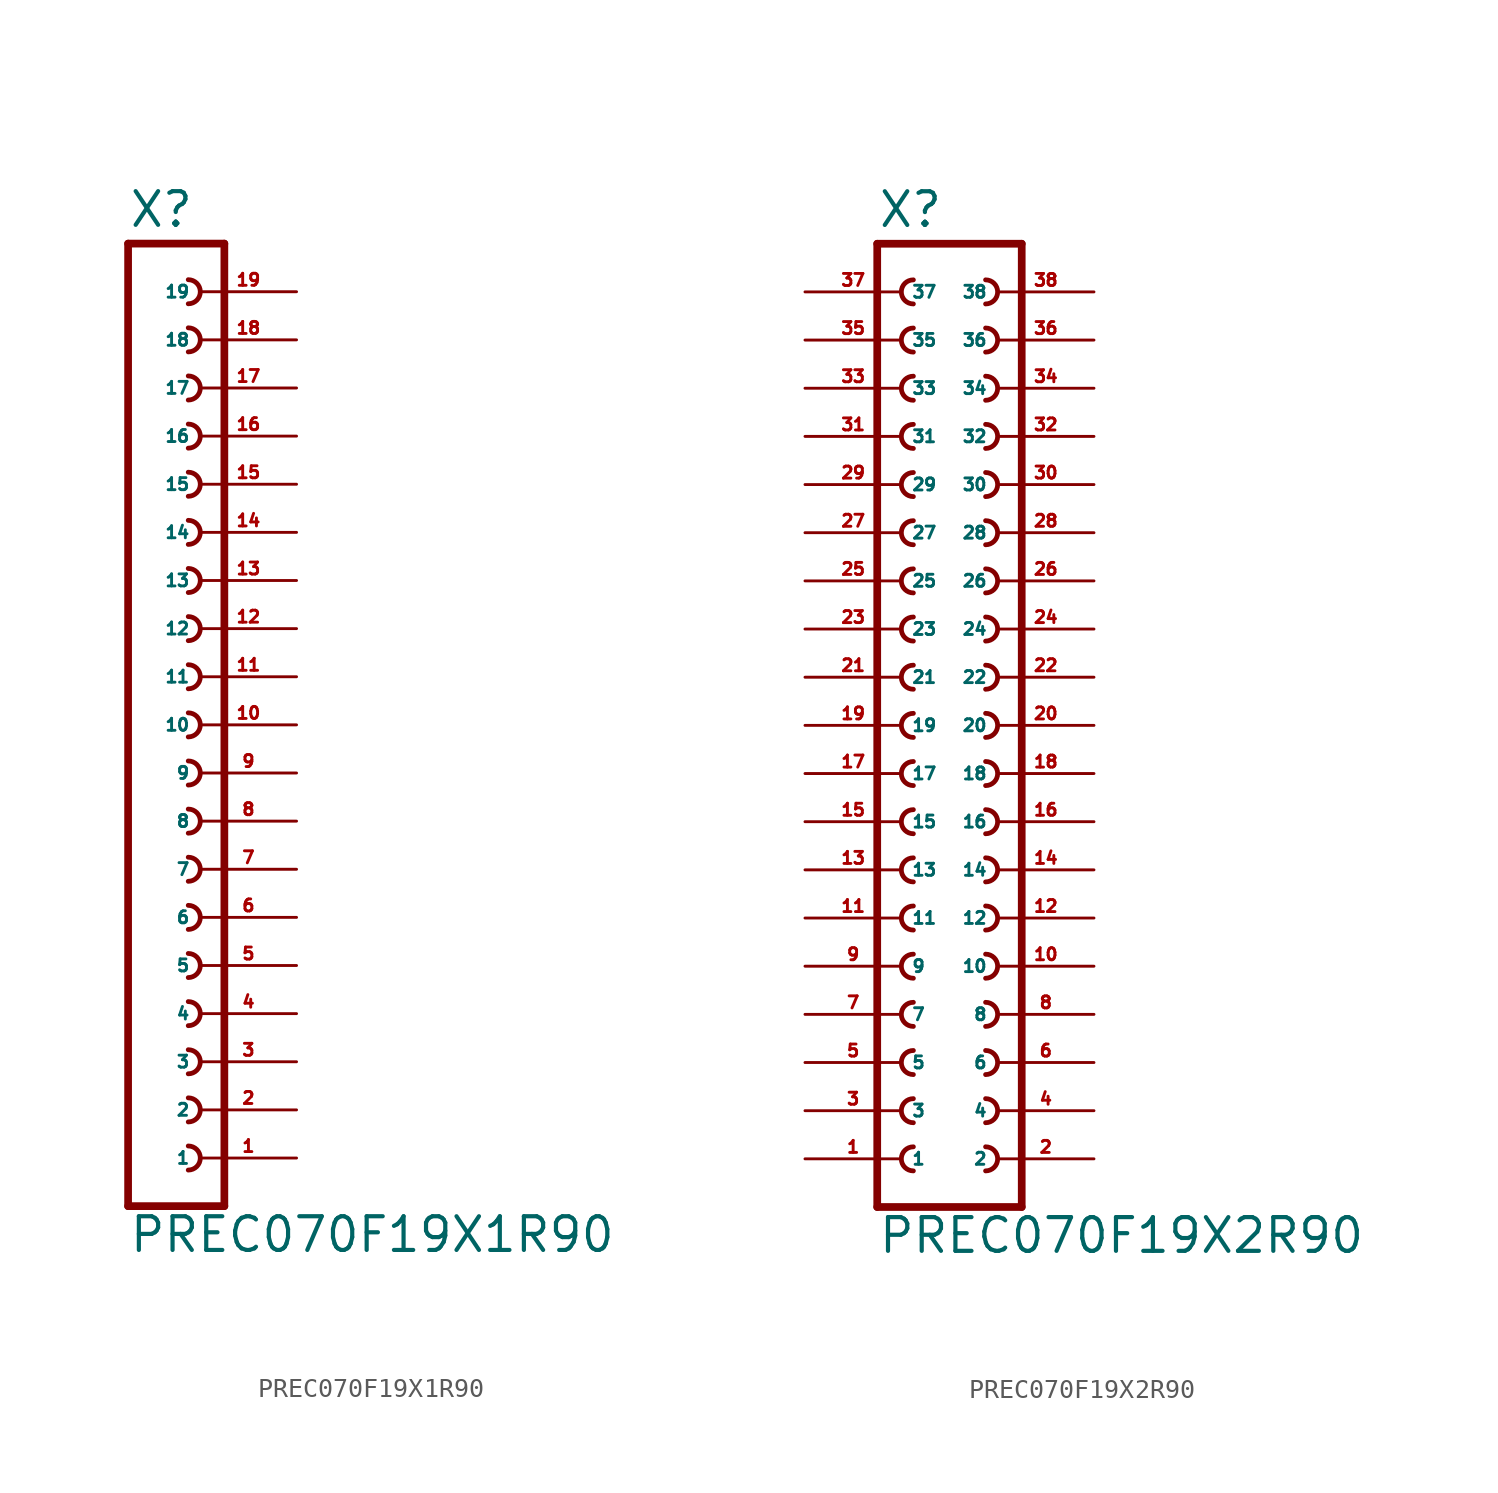
<source format=kicad_sym>
(kicad_symbol_lib
  (version 20220914)
  (generator Eagle2Kicad)
  (symbol "PREC070F19X1R90"
    (property "Reference" "X"
      (at -1.27 26.162 0)
      (effects (font (size 1.778 1.778) (thickness 0.22)) (justify left bottom)))
    (property "Value" "PREC070F19X1R90"
      (at -1.27 -27.94 0)
      (effects (font (size 1.778 1.778) (thickness 0.22)) (justify left bottom)))
    (polyline
      (pts (xy 3.81 -25.4) (xy -1.27 -25.4))
      (stroke (width 0.406) (type default))
      (fill (type none)))
    (arc
      (start 1.905 -13.335)
      (mid 2.540 -12.700)
      (end 1.905 -12.065)
      (stroke (width 0.254) (type default))
      (fill (type none)))
    (arc
      (start 1.905 -15.875)
      (mid 2.540 -15.240)
      (end 1.905 -14.605)
      (stroke (width 0.254) (type default))
      (fill (type none)))
    (arc
      (start 1.905 -18.415)
      (mid 2.540 -17.780)
      (end 1.905 -17.145)
      (stroke (width 0.254) (type default))
      (fill (type none)))
    (arc
      (start 1.905 -8.255)
      (mid 2.540 -7.620)
      (end 1.905 -6.985)
      (stroke (width 0.254) (type default))
      (fill (type none)))
    (arc
      (start 1.905 -10.795)
      (mid 2.540 -10.160)
      (end 1.905 -9.525)
      (stroke (width 0.254) (type default))
      (fill (type none)))
    (arc
      (start 1.905 -0.635)
      (mid 2.540 0.000)
      (end 1.905 0.635)
      (stroke (width 0.254) (type default))
      (fill (type none)))
    (arc
      (start 1.905 -3.175)
      (mid 2.540 -2.540)
      (end 1.905 -1.905)
      (stroke (width 0.254) (type default))
      (fill (type none)))
    (arc
      (start 1.905 -5.715)
      (mid 2.540 -5.080)
      (end 1.905 -4.445)
      (stroke (width 0.254) (type default))
      (fill (type none)))
    (arc
      (start 1.905 4.445)
      (mid 2.540 5.080)
      (end 1.905 5.715)
      (stroke (width 0.254) (type default))
      (fill (type none)))
    (arc
      (start 1.905 1.905)
      (mid 2.540 2.540)
      (end 1.905 3.175)
      (stroke (width 0.254) (type default))
      (fill (type none)))
    (arc
      (start 1.905 12.065)
      (mid 2.540 12.700)
      (end 1.905 13.335)
      (stroke (width 0.254) (type default))
      (fill (type none)))
    (arc
      (start 1.905 9.525)
      (mid 2.540 10.160)
      (end 1.905 10.795)
      (stroke (width 0.254) (type default))
      (fill (type none)))
    (arc
      (start 1.905 6.985)
      (mid 2.540 7.620)
      (end 1.905 8.255)
      (stroke (width 0.254) (type default))
      (fill (type none)))
    (arc
      (start 1.905 17.145)
      (mid 2.540 17.780)
      (end 1.905 18.415)
      (stroke (width 0.254) (type default))
      (fill (type none)))
    (arc
      (start 1.905 14.605)
      (mid 2.540 15.240)
      (end 1.905 15.875)
      (stroke (width 0.254) (type default))
      (fill (type none)))
    (polyline
      (pts (xy -1.27 25.4) (xy -1.27 -25.4))
      (stroke (width 0.406) (type default))
      (fill (type none)))
    (polyline
      (pts (xy 3.81 -25.4) (xy 3.81 25.4))
      (stroke (width 0.406) (type default))
      (fill (type none)))
    (polyline
      (pts (xy -1.27 25.4) (xy 3.81 25.4))
      (stroke (width 0.406) (type default))
      (fill (type none)))
    (arc
      (start 1.905 19.685)
      (mid 2.540 20.320)
      (end 1.905 20.955)
      (stroke (width 0.254) (type default))
      (fill (type none)))
    (arc
      (start 1.905 -20.955)
      (mid 2.540 -20.320)
      (end 1.905 -19.685)
      (stroke (width 0.254) (type default))
      (fill (type none)))
    (arc
      (start 1.905 22.225)
      (mid 2.540 22.860)
      (end 1.905 23.495)
      (stroke (width 0.254) (type default))
      (fill (type none)))
    (arc
      (start 1.905 -23.495)
      (mid 2.540 -22.860)
      (end 1.905 -22.225)
      (stroke (width 0.254) (type default))
      (fill (type none)))
    (pin passive line
      (at 7.62 -22.86 180)
      (length 5.08)
      (name "1" (effects (font (size 0.635 0.635) (thickness 0.08)) (justify left bottom)))
      (number "1" (effects (font (size 0.635 0.635) (thickness 0.08)) (justify left bottom))))
    (pin passive line
      (at 7.62 -20.32 180)
      (length 5.08)
      (name "2" (effects (font (size 0.635 0.635) (thickness 0.08)) (justify left bottom)))
      (number "2" (effects (font (size 0.635 0.635) (thickness 0.08)) (justify left bottom))))
    (pin passive line
      (at 7.62 -17.78 180)
      (length 5.08)
      (name "3" (effects (font (size 0.635 0.635) (thickness 0.08)) (justify left bottom)))
      (number "3" (effects (font (size 0.635 0.635) (thickness 0.08)) (justify left bottom))))
    (pin passive line
      (at 7.62 -15.24 180)
      (length 5.08)
      (name "4" (effects (font (size 0.635 0.635) (thickness 0.08)) (justify left bottom)))
      (number "4" (effects (font (size 0.635 0.635) (thickness 0.08)) (justify left bottom))))
    (pin passive line
      (at 7.62 -12.7 180)
      (length 5.08)
      (name "5" (effects (font (size 0.635 0.635) (thickness 0.08)) (justify left bottom)))
      (number "5" (effects (font (size 0.635 0.635) (thickness 0.08)) (justify left bottom))))
    (pin passive line
      (at 7.62 -10.16 180)
      (length 5.08)
      (name "6" (effects (font (size 0.635 0.635) (thickness 0.08)) (justify left bottom)))
      (number "6" (effects (font (size 0.635 0.635) (thickness 0.08)) (justify left bottom))))
    (pin passive line
      (at 7.62 -7.62 180)
      (length 5.08)
      (name "7" (effects (font (size 0.635 0.635) (thickness 0.08)) (justify left bottom)))
      (number "7" (effects (font (size 0.635 0.635) (thickness 0.08)) (justify left bottom))))
    (pin passive line
      (at 7.62 -5.08 180)
      (length 5.08)
      (name "8" (effects (font (size 0.635 0.635) (thickness 0.08)) (justify left bottom)))
      (number "8" (effects (font (size 0.635 0.635) (thickness 0.08)) (justify left bottom))))
    (pin passive line
      (at 7.62 -2.54 180)
      (length 5.08)
      (name "9" (effects (font (size 0.635 0.635) (thickness 0.08)) (justify left bottom)))
      (number "9" (effects (font (size 0.635 0.635) (thickness 0.08)) (justify left bottom))))
    (pin passive line
      (at 7.62 0 180)
      (length 5.08)
      (name "10" (effects (font (size 0.635 0.635) (thickness 0.08)) (justify left bottom)))
      (number "10" (effects (font (size 0.635 0.635) (thickness 0.08)) (justify left bottom))))
    (pin passive line
      (at 7.62 2.54 180)
      (length 5.08)
      (name "11" (effects (font (size 0.635 0.635) (thickness 0.08)) (justify left bottom)))
      (number "11" (effects (font (size 0.635 0.635) (thickness 0.08)) (justify left bottom))))
    (pin passive line
      (at 7.62 5.08 180)
      (length 5.08)
      (name "12" (effects (font (size 0.635 0.635) (thickness 0.08)) (justify left bottom)))
      (number "12" (effects (font (size 0.635 0.635) (thickness 0.08)) (justify left bottom))))
    (pin passive line
      (at 7.62 7.62 180)
      (length 5.08)
      (name "13" (effects (font (size 0.635 0.635) (thickness 0.08)) (justify left bottom)))
      (number "13" (effects (font (size 0.635 0.635) (thickness 0.08)) (justify left bottom))))
    (pin passive line
      (at 7.62 10.16 180)
      (length 5.08)
      (name "14" (effects (font (size 0.635 0.635) (thickness 0.08)) (justify left bottom)))
      (number "14" (effects (font (size 0.635 0.635) (thickness 0.08)) (justify left bottom))))
    (pin passive line
      (at 7.62 12.7 180)
      (length 5.08)
      (name "15" (effects (font (size 0.635 0.635) (thickness 0.08)) (justify left bottom)))
      (number "15" (effects (font (size 0.635 0.635) (thickness 0.08)) (justify left bottom))))
    (pin passive line
      (at 7.62 15.24 180)
      (length 5.08)
      (name "16" (effects (font (size 0.635 0.635) (thickness 0.08)) (justify left bottom)))
      (number "16" (effects (font (size 0.635 0.635) (thickness 0.08)) (justify left bottom))))
    (pin passive line
      (at 7.62 17.78 180)
      (length 5.08)
      (name "17" (effects (font (size 0.635 0.635) (thickness 0.08)) (justify left bottom)))
      (number "17" (effects (font (size 0.635 0.635) (thickness 0.08)) (justify left bottom))))
    (pin passive line
      (at 7.62 20.32 180)
      (length 5.08)
      (name "18" (effects (font (size 0.635 0.635) (thickness 0.08)) (justify left bottom)))
      (number "18" (effects (font (size 0.635 0.635) (thickness 0.08)) (justify left bottom))))
    (pin passive line
      (at 7.62 22.86 180)
      (length 5.08)
      (name "19" (effects (font (size 0.635 0.635) (thickness 0.08)) (justify left bottom)))
      (number "19" (effects (font (size 0.635 0.635) (thickness 0.08)) (justify left bottom)))))
  (symbol "PREC070F19X2R90"
    (property "Reference" "X"
      (at -3.81 26.162 0)
      (effects (font (size 1.778 1.778) (thickness 0.22)) (justify left bottom)))
    (property "Value" "PREC070F19X2R90"
      (at -3.81 -27.94 0)
      (effects (font (size 1.778 1.778) (thickness 0.22)) (justify left bottom)))
    (polyline
      (pts (xy 3.81 -25.4) (xy -3.81 -25.4))
      (stroke (width 0.406) (type default))
      (fill (type none)))
    (arc
      (start -1.905 -14.605)
      (mid -2.540 -15.240)
      (end -1.905 -15.875)
      (stroke (width 0.254) (type default))
      (fill (type none)))
    (arc
      (start -1.905 -17.145)
      (mid -2.540 -17.780)
      (end -1.905 -18.415)
      (stroke (width 0.254) (type default))
      (fill (type none)))
    (arc
      (start -1.905 -19.685)
      (mid -2.540 -20.320)
      (end -1.905 -20.955)
      (stroke (width 0.254) (type default))
      (fill (type none)))
    (arc
      (start 1.905 -15.875)
      (mid 2.540 -15.240)
      (end 1.905 -14.605)
      (stroke (width 0.254) (type default))
      (fill (type none)))
    (arc
      (start 1.905 -18.415)
      (mid 2.540 -17.780)
      (end 1.905 -17.145)
      (stroke (width 0.254) (type default))
      (fill (type none)))
    (arc
      (start 1.905 -20.955)
      (mid 2.540 -20.320)
      (end 1.905 -19.685)
      (stroke (width 0.254) (type default))
      (fill (type none)))
    (arc
      (start -1.905 -9.525)
      (mid -2.540 -10.160)
      (end -1.905 -10.795)
      (stroke (width 0.254) (type default))
      (fill (type none)))
    (arc
      (start -1.905 -12.065)
      (mid -2.540 -12.700)
      (end -1.905 -13.335)
      (stroke (width 0.254) (type default))
      (fill (type none)))
    (arc
      (start 1.905 -10.795)
      (mid 2.540 -10.160)
      (end 1.905 -9.525)
      (stroke (width 0.254) (type default))
      (fill (type none)))
    (arc
      (start 1.905 -13.335)
      (mid 2.540 -12.700)
      (end 1.905 -12.065)
      (stroke (width 0.254) (type default))
      (fill (type none)))
    (arc
      (start -1.905 -1.905)
      (mid -2.540 -2.540)
      (end -1.905 -3.175)
      (stroke (width 0.254) (type default))
      (fill (type none)))
    (arc
      (start -1.905 -4.445)
      (mid -2.540 -5.080)
      (end -1.905 -5.715)
      (stroke (width 0.254) (type default))
      (fill (type none)))
    (arc
      (start -1.905 -6.985)
      (mid -2.540 -7.620)
      (end -1.905 -8.255)
      (stroke (width 0.254) (type default))
      (fill (type none)))
    (arc
      (start 1.905 -3.175)
      (mid 2.540 -2.540)
      (end 1.905 -1.905)
      (stroke (width 0.254) (type default))
      (fill (type none)))
    (arc
      (start 1.905 -5.715)
      (mid 2.540 -5.080)
      (end 1.905 -4.445)
      (stroke (width 0.254) (type default))
      (fill (type none)))
    (arc
      (start 1.905 -8.255)
      (mid 2.540 -7.620)
      (end 1.905 -6.985)
      (stroke (width 0.254) (type default))
      (fill (type none)))
    (arc
      (start -1.905 3.175)
      (mid -2.540 2.540)
      (end -1.905 1.905)
      (stroke (width 0.254) (type default))
      (fill (type none)))
    (arc
      (start -1.905 0.635)
      (mid -2.540 0.000)
      (end -1.905 -0.635)
      (stroke (width 0.254) (type default))
      (fill (type none)))
    (arc
      (start 1.905 1.905)
      (mid 2.540 2.540)
      (end 1.905 3.175)
      (stroke (width 0.254) (type default))
      (fill (type none)))
    (arc
      (start 1.905 -0.635)
      (mid 2.540 0.000)
      (end 1.905 0.635)
      (stroke (width 0.254) (type default))
      (fill (type none)))
    (arc
      (start -1.905 10.795)
      (mid -2.540 10.160)
      (end -1.905 9.525)
      (stroke (width 0.254) (type default))
      (fill (type none)))
    (arc
      (start -1.905 8.255)
      (mid -2.540 7.620)
      (end -1.905 6.985)
      (stroke (width 0.254) (type default))
      (fill (type none)))
    (arc
      (start -1.905 5.715)
      (mid -2.540 5.080)
      (end -1.905 4.445)
      (stroke (width 0.254) (type default))
      (fill (type none)))
    (arc
      (start 1.905 9.525)
      (mid 2.540 10.160)
      (end 1.905 10.795)
      (stroke (width 0.254) (type default))
      (fill (type none)))
    (arc
      (start 1.905 6.985)
      (mid 2.540 7.620)
      (end 1.905 8.255)
      (stroke (width 0.254) (type default))
      (fill (type none)))
    (arc
      (start 1.905 4.445)
      (mid 2.540 5.080)
      (end 1.905 5.715)
      (stroke (width 0.254) (type default))
      (fill (type none)))
    (arc
      (start -1.905 15.875)
      (mid -2.540 15.240)
      (end -1.905 14.605)
      (stroke (width 0.254) (type default))
      (fill (type none)))
    (arc
      (start -1.905 13.335)
      (mid -2.540 12.700)
      (end -1.905 12.065)
      (stroke (width 0.254) (type default))
      (fill (type none)))
    (arc
      (start 1.905 14.605)
      (mid 2.540 15.240)
      (end 1.905 15.875)
      (stroke (width 0.254) (type default))
      (fill (type none)))
    (arc
      (start 1.905 12.065)
      (mid 2.540 12.700)
      (end 1.905 13.335)
      (stroke (width 0.254) (type default))
      (fill (type none)))
    (arc
      (start -1.905 20.955)
      (mid -2.540 20.320)
      (end -1.905 19.685)
      (stroke (width 0.254) (type default))
      (fill (type none)))
    (arc
      (start -1.905 18.415)
      (mid -2.540 17.780)
      (end -1.905 17.145)
      (stroke (width 0.254) (type default))
      (fill (type none)))
    (arc
      (start 1.905 19.685)
      (mid 2.540 20.320)
      (end 1.905 20.955)
      (stroke (width 0.254) (type default))
      (fill (type none)))
    (arc
      (start 1.905 17.145)
      (mid 2.540 17.780)
      (end 1.905 18.415)
      (stroke (width 0.254) (type default))
      (fill (type none)))
    (polyline
      (pts (xy -3.81 25.4) (xy -3.81 -25.4))
      (stroke (width 0.406) (type default))
      (fill (type none)))
    (polyline
      (pts (xy 3.81 -25.4) (xy 3.81 25.4))
      (stroke (width 0.406) (type default))
      (fill (type none)))
    (polyline
      (pts (xy -3.81 25.4) (xy 3.81 25.4))
      (stroke (width 0.406) (type default))
      (fill (type none)))
    (arc
      (start -1.905 23.495)
      (mid -2.540 22.860)
      (end -1.905 22.225)
      (stroke (width 0.254) (type default))
      (fill (type none)))
    (arc
      (start 1.905 22.225)
      (mid 2.540 22.860)
      (end 1.905 23.495)
      (stroke (width 0.254) (type default))
      (fill (type none)))
    (arc
      (start -1.905 -22.225)
      (mid -2.540 -22.860)
      (end -1.905 -23.495)
      (stroke (width 0.254) (type default))
      (fill (type none)))
    (arc
      (start 1.905 -23.495)
      (mid 2.540 -22.860)
      (end 1.905 -22.225)
      (stroke (width 0.254) (type default))
      (fill (type none)))
    (pin passive line
      (at -7.62 -22.86 0)
      (length 5.08)
      (name "1" (effects (font (size 0.635 0.635) (thickness 0.08)) (justify left bottom)))
      (number "1" (effects (font (size 0.635 0.635) (thickness 0.08)) (justify left bottom))))
    (pin passive line
      (at 7.62 -22.86 180)
      (length 5.08)
      (name "2" (effects (font (size 0.635 0.635) (thickness 0.08)) (justify left bottom)))
      (number "2" (effects (font (size 0.635 0.635) (thickness 0.08)) (justify left bottom))))
    (pin passive line
      (at -7.62 -20.32 0)
      (length 5.08)
      (name "3" (effects (font (size 0.635 0.635) (thickness 0.08)) (justify left bottom)))
      (number "3" (effects (font (size 0.635 0.635) (thickness 0.08)) (justify left bottom))))
    (pin passive line
      (at 7.62 -20.32 180)
      (length 5.08)
      (name "4" (effects (font (size 0.635 0.635) (thickness 0.08)) (justify left bottom)))
      (number "4" (effects (font (size 0.635 0.635) (thickness 0.08)) (justify left bottom))))
    (pin passive line
      (at -7.62 -17.78 0)
      (length 5.08)
      (name "5" (effects (font (size 0.635 0.635) (thickness 0.08)) (justify left bottom)))
      (number "5" (effects (font (size 0.635 0.635) (thickness 0.08)) (justify left bottom))))
    (pin passive line
      (at 7.62 -17.78 180)
      (length 5.08)
      (name "6" (effects (font (size 0.635 0.635) (thickness 0.08)) (justify left bottom)))
      (number "6" (effects (font (size 0.635 0.635) (thickness 0.08)) (justify left bottom))))
    (pin passive line
      (at -7.62 -15.24 0)
      (length 5.08)
      (name "7" (effects (font (size 0.635 0.635) (thickness 0.08)) (justify left bottom)))
      (number "7" (effects (font (size 0.635 0.635) (thickness 0.08)) (justify left bottom))))
    (pin passive line
      (at 7.62 -15.24 180)
      (length 5.08)
      (name "8" (effects (font (size 0.635 0.635) (thickness 0.08)) (justify left bottom)))
      (number "8" (effects (font (size 0.635 0.635) (thickness 0.08)) (justify left bottom))))
    (pin passive line
      (at -7.62 -12.7 0)
      (length 5.08)
      (name "9" (effects (font (size 0.635 0.635) (thickness 0.08)) (justify left bottom)))
      (number "9" (effects (font (size 0.635 0.635) (thickness 0.08)) (justify left bottom))))
    (pin passive line
      (at 7.62 -12.7 180)
      (length 5.08)
      (name "10" (effects (font (size 0.635 0.635) (thickness 0.08)) (justify left bottom)))
      (number "10" (effects (font (size 0.635 0.635) (thickness 0.08)) (justify left bottom))))
    (pin passive line
      (at -7.62 -10.16 0)
      (length 5.08)
      (name "11" (effects (font (size 0.635 0.635) (thickness 0.08)) (justify left bottom)))
      (number "11" (effects (font (size 0.635 0.635) (thickness 0.08)) (justify left bottom))))
    (pin passive line
      (at 7.62 -10.16 180)
      (length 5.08)
      (name "12" (effects (font (size 0.635 0.635) (thickness 0.08)) (justify left bottom)))
      (number "12" (effects (font (size 0.635 0.635) (thickness 0.08)) (justify left bottom))))
    (pin passive line
      (at -7.62 -7.62 0)
      (length 5.08)
      (name "13" (effects (font (size 0.635 0.635) (thickness 0.08)) (justify left bottom)))
      (number "13" (effects (font (size 0.635 0.635) (thickness 0.08)) (justify left bottom))))
    (pin passive line
      (at 7.62 -7.62 180)
      (length 5.08)
      (name "14" (effects (font (size 0.635 0.635) (thickness 0.08)) (justify left bottom)))
      (number "14" (effects (font (size 0.635 0.635) (thickness 0.08)) (justify left bottom))))
    (pin passive line
      (at -7.62 -5.08 0)
      (length 5.08)
      (name "15" (effects (font (size 0.635 0.635) (thickness 0.08)) (justify left bottom)))
      (number "15" (effects (font (size 0.635 0.635) (thickness 0.08)) (justify left bottom))))
    (pin passive line
      (at 7.62 -5.08 180)
      (length 5.08)
      (name "16" (effects (font (size 0.635 0.635) (thickness 0.08)) (justify left bottom)))
      (number "16" (effects (font (size 0.635 0.635) (thickness 0.08)) (justify left bottom))))
    (pin passive line
      (at -7.62 -2.54 0)
      (length 5.08)
      (name "17" (effects (font (size 0.635 0.635) (thickness 0.08)) (justify left bottom)))
      (number "17" (effects (font (size 0.635 0.635) (thickness 0.08)) (justify left bottom))))
    (pin passive line
      (at 7.62 -2.54 180)
      (length 5.08)
      (name "18" (effects (font (size 0.635 0.635) (thickness 0.08)) (justify left bottom)))
      (number "18" (effects (font (size 0.635 0.635) (thickness 0.08)) (justify left bottom))))
    (pin passive line
      (at -7.62 0 0)
      (length 5.08)
      (name "19" (effects (font (size 0.635 0.635) (thickness 0.08)) (justify left bottom)))
      (number "19" (effects (font (size 0.635 0.635) (thickness 0.08)) (justify left bottom))))
    (pin passive line
      (at 7.62 0 180)
      (length 5.08)
      (name "20" (effects (font (size 0.635 0.635) (thickness 0.08)) (justify left bottom)))
      (number "20" (effects (font (size 0.635 0.635) (thickness 0.08)) (justify left bottom))))
    (pin passive line
      (at -7.62 2.54 0)
      (length 5.08)
      (name "21" (effects (font (size 0.635 0.635) (thickness 0.08)) (justify left bottom)))
      (number "21" (effects (font (size 0.635 0.635) (thickness 0.08)) (justify left bottom))))
    (pin passive line
      (at 7.62 2.54 180)
      (length 5.08)
      (name "22" (effects (font (size 0.635 0.635) (thickness 0.08)) (justify left bottom)))
      (number "22" (effects (font (size 0.635 0.635) (thickness 0.08)) (justify left bottom))))
    (pin passive line
      (at -7.62 5.08 0)
      (length 5.08)
      (name "23" (effects (font (size 0.635 0.635) (thickness 0.08)) (justify left bottom)))
      (number "23" (effects (font (size 0.635 0.635) (thickness 0.08)) (justify left bottom))))
    (pin passive line
      (at 7.62 5.08 180)
      (length 5.08)
      (name "24" (effects (font (size 0.635 0.635) (thickness 0.08)) (justify left bottom)))
      (number "24" (effects (font (size 0.635 0.635) (thickness 0.08)) (justify left bottom))))
    (pin passive line
      (at -7.62 7.62 0)
      (length 5.08)
      (name "25" (effects (font (size 0.635 0.635) (thickness 0.08)) (justify left bottom)))
      (number "25" (effects (font (size 0.635 0.635) (thickness 0.08)) (justify left bottom))))
    (pin passive line
      (at 7.62 7.62 180)
      (length 5.08)
      (name "26" (effects (font (size 0.635 0.635) (thickness 0.08)) (justify left bottom)))
      (number "26" (effects (font (size 0.635 0.635) (thickness 0.08)) (justify left bottom))))
    (pin passive line
      (at -7.62 10.16 0)
      (length 5.08)
      (name "27" (effects (font (size 0.635 0.635) (thickness 0.08)) (justify left bottom)))
      (number "27" (effects (font (size 0.635 0.635) (thickness 0.08)) (justify left bottom))))
    (pin passive line
      (at 7.62 10.16 180)
      (length 5.08)
      (name "28" (effects (font (size 0.635 0.635) (thickness 0.08)) (justify left bottom)))
      (number "28" (effects (font (size 0.635 0.635) (thickness 0.08)) (justify left bottom))))
    (pin passive line
      (at -7.62 12.7 0)
      (length 5.08)
      (name "29" (effects (font (size 0.635 0.635) (thickness 0.08)) (justify left bottom)))
      (number "29" (effects (font (size 0.635 0.635) (thickness 0.08)) (justify left bottom))))
    (pin passive line
      (at 7.62 12.7 180)
      (length 5.08)
      (name "30" (effects (font (size 0.635 0.635) (thickness 0.08)) (justify left bottom)))
      (number "30" (effects (font (size 0.635 0.635) (thickness 0.08)) (justify left bottom))))
    (pin passive line
      (at -7.62 15.24 0)
      (length 5.08)
      (name "31" (effects (font (size 0.635 0.635) (thickness 0.08)) (justify left bottom)))
      (number "31" (effects (font (size 0.635 0.635) (thickness 0.08)) (justify left bottom))))
    (pin passive line
      (at 7.62 15.24 180)
      (length 5.08)
      (name "32" (effects (font (size 0.635 0.635) (thickness 0.08)) (justify left bottom)))
      (number "32" (effects (font (size 0.635 0.635) (thickness 0.08)) (justify left bottom))))
    (pin passive line
      (at -7.62 17.78 0)
      (length 5.08)
      (name "33" (effects (font (size 0.635 0.635) (thickness 0.08)) (justify left bottom)))
      (number "33" (effects (font (size 0.635 0.635) (thickness 0.08)) (justify left bottom))))
    (pin passive line
      (at 7.62 17.78 180)
      (length 5.08)
      (name "34" (effects (font (size 0.635 0.635) (thickness 0.08)) (justify left bottom)))
      (number "34" (effects (font (size 0.635 0.635) (thickness 0.08)) (justify left bottom))))
    (pin passive line
      (at -7.62 20.32 0)
      (length 5.08)
      (name "35" (effects (font (size 0.635 0.635) (thickness 0.08)) (justify left bottom)))
      (number "35" (effects (font (size 0.635 0.635) (thickness 0.08)) (justify left bottom))))
    (pin passive line
      (at 7.62 20.32 180)
      (length 5.08)
      (name "36" (effects (font (size 0.635 0.635) (thickness 0.08)) (justify left bottom)))
      (number "36" (effects (font (size 0.635 0.635) (thickness 0.08)) (justify left bottom))))
    (pin passive line
      (at -7.62 22.86 0)
      (length 5.08)
      (name "37" (effects (font (size 0.635 0.635) (thickness 0.08)) (justify left bottom)))
      (number "37" (effects (font (size 0.635 0.635) (thickness 0.08)) (justify left bottom))))
    (pin passive line
      (at 7.62 22.86 180)
      (length 5.08)
      (name "38" (effects (font (size 0.635 0.635) (thickness 0.08)) (justify left bottom)))
      (number "38" (effects (font (size 0.635 0.635) (thickness 0.08)) (justify left bottom))))))
</source>
